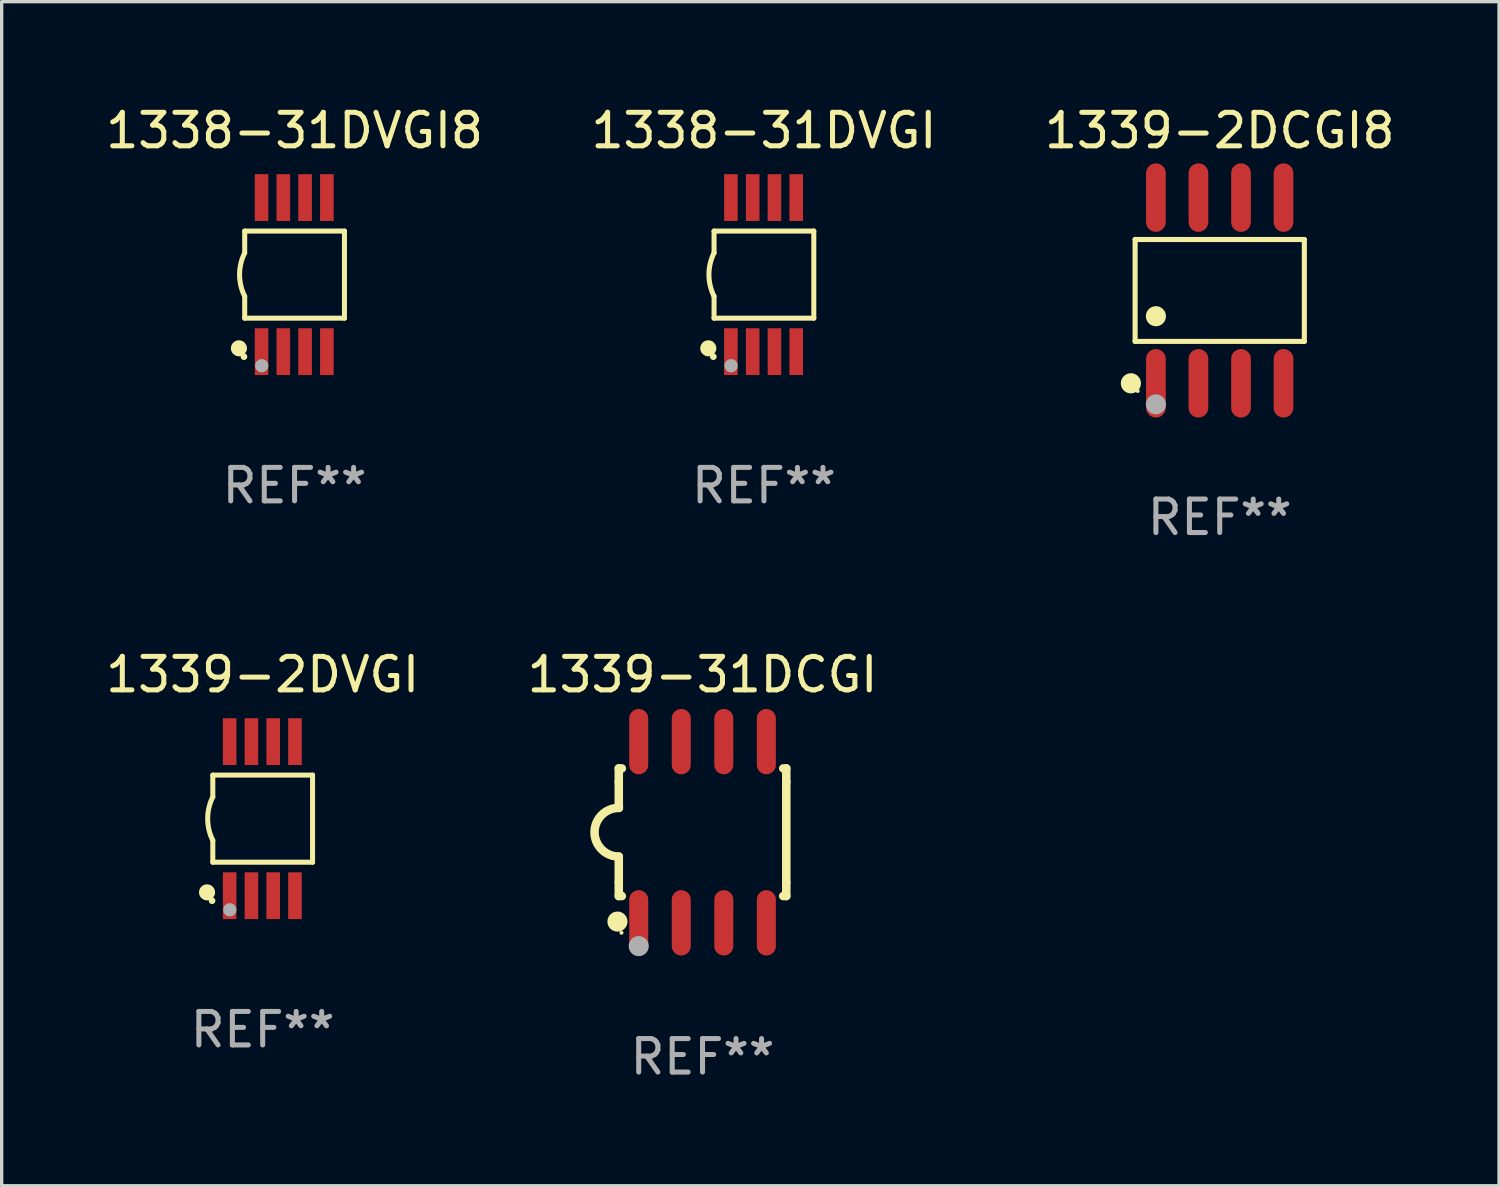
<source format=kicad_pcb>
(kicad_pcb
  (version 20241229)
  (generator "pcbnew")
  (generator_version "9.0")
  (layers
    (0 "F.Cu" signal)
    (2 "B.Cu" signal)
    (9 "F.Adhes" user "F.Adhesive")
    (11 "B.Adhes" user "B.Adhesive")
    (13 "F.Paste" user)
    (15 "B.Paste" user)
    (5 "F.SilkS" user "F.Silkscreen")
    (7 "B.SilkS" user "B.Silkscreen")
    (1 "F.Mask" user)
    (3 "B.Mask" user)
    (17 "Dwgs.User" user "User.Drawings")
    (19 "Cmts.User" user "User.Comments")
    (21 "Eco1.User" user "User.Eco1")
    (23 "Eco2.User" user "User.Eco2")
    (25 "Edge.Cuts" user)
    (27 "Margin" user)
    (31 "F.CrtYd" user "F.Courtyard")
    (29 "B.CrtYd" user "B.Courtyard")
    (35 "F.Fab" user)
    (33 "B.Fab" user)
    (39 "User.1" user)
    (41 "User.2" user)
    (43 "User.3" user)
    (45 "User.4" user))
  (footprint "1338-31DVGI8"
    (layer "F.Cu")
    (at 5.744 5.148)
    (property "Reference" "1338-31DVGI8" (at 0 -4.3 0) (layer "F.SilkS") (effects (font (size 1 1) (thickness 0.15))))
    (attr through_hole)
    (fp_line (start -1.489 -1.3) (end -1.489 -0.648) (stroke (width 0.15) (type solid)) (layer "F.SilkS"))
    (fp_line (start -1.489 0.648) (end -1.489 1.3) (stroke (width 0.15) (type solid)) (layer "F.SilkS"))
    (fp_line (start -1.489 1.3) (end 1.489 1.3) (stroke (width 0.15) (type solid)) (layer "F.SilkS"))
    (fp_line (start 1.489 -1.3) (end -1.489 -1.3) (stroke (width 0.15) (type solid)) (layer "F.SilkS"))
    (fp_line (start 1.489 1.3) (end 1.489 -1.3) (stroke (width 0.15) (type solid)) (layer "F.SilkS"))
    (fp_arc (start -1.489205 0.647702) (mid -1.642107 0) (end -1.489205 -0.647701) (stroke (width 0.150013) (type solid)) (layer "F.SilkS"))
    (fp_circle (center -1.661 2.2) (end -1.541 2.2) (stroke (width 0.24) (type solid)) (fill no) (layer "F.SilkS"))
    (fp_circle (center -1.511 2.45) (end -1.461 2.45) (stroke (width 0.1) (type solid)) (fill no) (layer "F.SilkS"))
    (fp_circle (center -0.981 2.72) (end -0.881 2.72) (stroke (width 0.2) (type solid)) (fill no) (layer "F.Fab"))
    (fp_text user "REF**" (at 0 6.3 0) (layer "F.Fab") (effects (font (size 1 1) (thickness 0.15))))
    (pad "1" smd rect (at -0.986 2.3) (size 0.406 1.397) (layers "F.Cu" "F.Mask" "F.Paste"))
    (pad "2" smd rect (at -0.336 2.3) (size 0.406 1.397) (layers "F.Cu" "F.Mask" "F.Paste"))
    (pad "3" smd rect (at 0.314 2.3) (size 0.406 1.397) (layers "F.Cu" "F.Mask" "F.Paste"))
    (pad "4" smd rect (at 0.964 2.3) (size 0.406 1.397) (layers "F.Cu" "F.Mask" "F.Paste"))
    (pad "5" smd rect (at 0.964 -2.3) (size 0.406 1.397) (layers "F.Cu" "F.Mask" "F.Paste"))
    (pad "6" smd rect (at 0.314 -2.3) (size 0.406 1.397) (layers "F.Cu" "F.Mask" "F.Paste"))
    (pad "7" smd rect (at -0.336 -2.3) (size 0.406 1.397) (layers "F.Cu" "F.Mask" "F.Paste"))
    (pad "8" smd rect (at -0.986 -2.3) (size 0.406 1.397) (layers "F.Cu" "F.Mask" "F.Paste")))
  (footprint "1339-31DCGI"
    (layer "F.Cu")
    (at 17.923 21.795)
    (property "Reference" "1339-31DCGI" (at 0 -4.705 0) (layer "F.SilkS") (effects (font (size 1 1) (thickness 0.15))))
    (attr through_hole)
    (fp_line (start -2.5 -1.905) (end -2.409 -1.905) (stroke (width 0.254) (type solid)) (layer "F.SilkS"))
    (fp_line (start -2.5 -1.5) (end -2.5 -1.905) (stroke (width 0.254) (type solid)) (layer "F.SilkS"))
    (fp_line (start -2.5 -1.5) (end -2.5 -0.726) (stroke (width 0.254) (type solid)) (layer "F.SilkS"))
    (fp_line (start -2.5 1.5) (end -2.5 0.727) (stroke (width 0.254) (type solid)) (layer "F.SilkS"))
    (fp_line (start -2.5 1.5) (end -2.5 1.905) (stroke (width 0.254) (type solid)) (layer "F.SilkS"))
    (fp_line (start -2.5 1.905) (end -2.409 1.905) (stroke (width 0.254) (type solid)) (layer "F.SilkS"))
    (fp_line (start 2.5 -1.905) (end 2.409 -1.905) (stroke (width 0.254) (type solid)) (layer "F.SilkS"))
    (fp_line (start 2.5 -1.5) (end 2.5 -1.905) (stroke (width 0.254) (type solid)) (layer "F.SilkS"))
    (fp_line (start 2.5 -1.5) (end 2.5 1.5) (stroke (width 0.254) (type solid)) (layer "F.SilkS"))
    (fp_line (start 2.5 1.5) (end 2.5 1.905) (stroke (width 0.254) (type solid)) (layer "F.SilkS"))
    (fp_line (start 2.5 1.905) (end 2.409 1.905) (stroke (width 0.254) (type solid)) (layer "F.SilkS"))
    (fp_arc (start -2.5 0.726568) (mid -3.220316 -0.0023) (end -2.495097 -0.726289) (stroke (width 0.254001) (type solid)) (layer "F.SilkS"))
    (fp_circle (center -2.54 2.667) (end -2.39 2.667) (stroke (width 0.3) (type solid)) (fill no) (layer "F.SilkS"))
    (fp_circle (center -2.42 3) (end -2.39 3) (stroke (width 0.06) (type solid)) (fill no) (layer "F.SilkS"))
    (fp_circle (center -1.905 3.4) (end -1.755 3.4) (stroke (width 0.3) (type solid)) (fill no) (layer "F.Fab"))
    (fp_text user "REF**" (at 0 6.705 0) (layer "F.Fab") (effects (font (size 1 1) (thickness 0.15))))
    (pad "1" smd oval (at -1.905 2.705) (size 0.568 1.95) (layers "F.Cu" "F.Mask" "F.Paste"))
    (pad "2" smd oval (at -0.635 2.705) (size 0.568 1.95) (layers "F.Cu" "F.Mask" "F.Paste"))
    (pad "3" smd oval (at 0.635 2.705) (size 0.568 1.95) (layers "F.Cu" "F.Mask" "F.Paste"))
    (pad "4" smd oval (at 1.905 2.705) (size 0.568 1.95) (layers "F.Cu" "F.Mask" "F.Paste"))
    (pad "5" smd oval (at 1.905 -2.705) (size 0.568 1.95) (layers "F.Cu" "F.Mask" "F.Paste"))
    (pad "6" smd oval (at 0.635 -2.705) (size 0.568 1.95) (layers "F.Cu" "F.Mask" "F.Paste"))
    (pad "7" smd oval (at -0.635 -2.705) (size 0.568 1.95) (layers "F.Cu" "F.Mask" "F.Paste"))
    (pad "8" smd oval (at -1.905 -2.705) (size 0.568 1.95) (layers "F.Cu" "F.Mask" "F.Paste")))
  (footprint "1339-2DVGI"
    (layer "F.Cu")
    (at 4.792 21.39)
    (property "Reference" "1339-2DVGI" (at 0 -4.3 0) (layer "F.SilkS") (effects (font (size 1 1) (thickness 0.15))))
    (attr through_hole)
    (fp_line (start -1.489 -1.3) (end -1.489 -0.648) (stroke (width 0.15) (type solid)) (layer "F.SilkS"))
    (fp_line (start -1.489 0.648) (end -1.489 1.3) (stroke (width 0.15) (type solid)) (layer "F.SilkS"))
    (fp_line (start -1.489 1.3) (end 1.489 1.3) (stroke (width 0.15) (type solid)) (layer "F.SilkS"))
    (fp_line (start 1.489 -1.3) (end -1.489 -1.3) (stroke (width 0.15) (type solid)) (layer "F.SilkS"))
    (fp_line (start 1.489 1.3) (end 1.489 -1.3) (stroke (width 0.15) (type solid)) (layer "F.SilkS"))
    (fp_arc (start -1.489205 0.647702) (mid -1.642107 0) (end -1.489205 -0.647701) (stroke (width 0.150013) (type solid)) (layer "F.SilkS"))
    (fp_circle (center -1.661 2.2) (end -1.541 2.2) (stroke (width 0.24) (type solid)) (fill no) (layer "F.SilkS"))
    (fp_circle (center -1.511 2.45) (end -1.461 2.45) (stroke (width 0.1) (type solid)) (fill no) (layer "F.SilkS"))
    (fp_circle (center -0.981 2.72) (end -0.881 2.72) (stroke (width 0.2) (type solid)) (fill no) (layer "F.Fab"))
    (fp_text user "REF**" (at 0 6.3 0) (layer "F.Fab") (effects (font (size 1 1) (thickness 0.15))))
    (pad "1" smd rect (at -0.986 2.3) (size 0.406 1.397) (layers "F.Cu" "F.Mask" "F.Paste"))
    (pad "2" smd rect (at -0.336 2.3) (size 0.406 1.397) (layers "F.Cu" "F.Mask" "F.Paste"))
    (pad "3" smd rect (at 0.314 2.3) (size 0.406 1.397) (layers "F.Cu" "F.Mask" "F.Paste"))
    (pad "4" smd rect (at 0.964 2.3) (size 0.406 1.397) (layers "F.Cu" "F.Mask" "F.Paste"))
    (pad "5" smd rect (at 0.964 -2.3) (size 0.406 1.397) (layers "F.Cu" "F.Mask" "F.Paste"))
    (pad "6" smd rect (at 0.314 -2.3) (size 0.406 1.397) (layers "F.Cu" "F.Mask" "F.Paste"))
    (pad "7" smd rect (at -0.336 -2.3) (size 0.406 1.397) (layers "F.Cu" "F.Mask" "F.Paste"))
    (pad "8" smd rect (at -0.986 -2.3) (size 0.406 1.397) (layers "F.Cu" "F.Mask" "F.Paste")))
  (footprint "1338-31DVGI"
    (layer "F.Cu")
    (at 19.756 5.148)
    (property "Reference" "1338-31DVGI" (at 0 -4.3 0) (layer "F.SilkS") (effects (font (size 1 1) (thickness 0.15))))
    (attr through_hole)
    (fp_line (start -1.489 -1.3) (end -1.489 -0.648) (stroke (width 0.15) (type solid)) (layer "F.SilkS"))
    (fp_line (start -1.489 0.648) (end -1.489 1.3) (stroke (width 0.15) (type solid)) (layer "F.SilkS"))
    (fp_line (start -1.489 1.3) (end 1.489 1.3) (stroke (width 0.15) (type solid)) (layer "F.SilkS"))
    (fp_line (start 1.489 -1.3) (end -1.489 -1.3) (stroke (width 0.15) (type solid)) (layer "F.SilkS"))
    (fp_line (start 1.489 1.3) (end 1.489 -1.3) (stroke (width 0.15) (type solid)) (layer "F.SilkS"))
    (fp_arc (start -1.489205 0.647702) (mid -1.642107 0) (end -1.489205 -0.647701) (stroke (width 0.150013) (type solid)) (layer "F.SilkS"))
    (fp_circle (center -1.661 2.2) (end -1.541 2.2) (stroke (width 0.24) (type solid)) (fill no) (layer "F.SilkS"))
    (fp_circle (center -1.511 2.45) (end -1.461 2.45) (stroke (width 0.1) (type solid)) (fill no) (layer "F.SilkS"))
    (fp_circle (center -0.981 2.72) (end -0.881 2.72) (stroke (width 0.2) (type solid)) (fill no) (layer "F.Fab"))
    (fp_text user "REF**" (at 0 6.3 0) (layer "F.Fab") (effects (font (size 1 1) (thickness 0.15))))
    (pad "1" smd rect (at -0.986 2.3) (size 0.406 1.397) (layers "F.Cu" "F.Mask" "F.Paste"))
    (pad "2" smd rect (at -0.336 2.3) (size 0.406 1.397) (layers "F.Cu" "F.Mask" "F.Paste"))
    (pad "3" smd rect (at 0.314 2.3) (size 0.406 1.397) (layers "F.Cu" "F.Mask" "F.Paste"))
    (pad "4" smd rect (at 0.964 2.3) (size 0.406 1.397) (layers "F.Cu" "F.Mask" "F.Paste"))
    (pad "5" smd rect (at 0.964 -2.3) (size 0.406 1.397) (layers "F.Cu" "F.Mask" "F.Paste"))
    (pad "6" smd rect (at 0.314 -2.3) (size 0.406 1.397) (layers "F.Cu" "F.Mask" "F.Paste"))
    (pad "7" smd rect (at -0.336 -2.3) (size 0.406 1.397) (layers "F.Cu" "F.Mask" "F.Paste"))
    (pad "8" smd rect (at -0.986 -2.3) (size 0.406 1.397) (layers "F.Cu" "F.Mask" "F.Paste")))
  (footprint "1339-2DCGI8"
    (layer "F.Cu")
    (at 33.363 5.621)
    (property "Reference" "1339-2DCGI8" (at 0 -4.772 0) (layer "F.SilkS") (effects (font (size 1 1) (thickness 0.15))))
    (attr through_hole)
    (fp_line (start -2.526 -1.521) (end 2.526 -1.521) (stroke (width 0.152) (type solid)) (layer "F.SilkS"))
    (fp_line (start -2.526 1.521) (end -2.526 -1.521) (stroke (width 0.152) (type solid)) (layer "F.SilkS"))
    (fp_line (start 2.526 -1.521) (end 2.526 1.521) (stroke (width 0.152) (type solid)) (layer "F.SilkS"))
    (fp_line (start 2.526 1.521) (end -2.526 1.521) (stroke (width 0.152) (type solid)) (layer "F.SilkS"))
    (fp_circle (center -2.652 2.772) (end -2.501 2.772) (stroke (width 0.3) (type solid)) (fill no) (layer "F.SilkS"))
    (fp_circle (center -2.45 3) (end -2.42 3) (stroke (width 0.06) (type solid)) (fill no) (layer "F.SilkS"))
    (fp_circle (center -1.905 0.769) (end -1.755 0.769) (stroke (width 0.3) (type solid)) (fill no) (layer "F.SilkS"))
    (fp_circle (center -1.905 3.4) (end -1.755 3.4) (stroke (width 0.3) (type solid)) (fill no) (layer "F.Fab"))
    (fp_text user "REF**" (at 0 6.772 0) (layer "F.Fab") (effects (font (size 1 1) (thickness 0.15))))
    (pad "1" smd oval (at -1.905 2.772) (size 0.588 2.045) (layers "F.Cu" "F.Mask" "F.Paste"))
    (pad "2" smd oval (at -0.635 2.772) (size 0.588 2.045) (layers "F.Cu" "F.Mask" "F.Paste"))
    (pad "3" smd oval (at 0.635 2.772) (size 0.588 2.045) (layers "F.Cu" "F.Mask" "F.Paste"))
    (pad "4" smd oval (at 1.905 2.772) (size 0.588 2.045) (layers "F.Cu" "F.Mask" "F.Paste"))
    (pad "5" smd oval (at 1.905 -2.772) (size 0.588 2.045) (layers "F.Cu" "F.Mask" "F.Paste"))
    (pad "6" smd oval (at 0.635 -2.772) (size 0.588 2.045) (layers "F.Cu" "F.Mask" "F.Paste"))
    (pad "7" smd oval (at -0.635 -2.772) (size 0.588 2.045) (layers "F.Cu" "F.Mask" "F.Paste"))
    (pad "8" smd oval (at -1.905 -2.772) (size 0.588 2.045) (layers "F.Cu" "F.Mask" "F.Paste")))
  (gr_rect
    (start -3 -3)
    (end 41.702 32.348)
    (stroke (width 0.1) (type default))
    (fill no)
    (layer "Edge.Cuts")))
</source>
